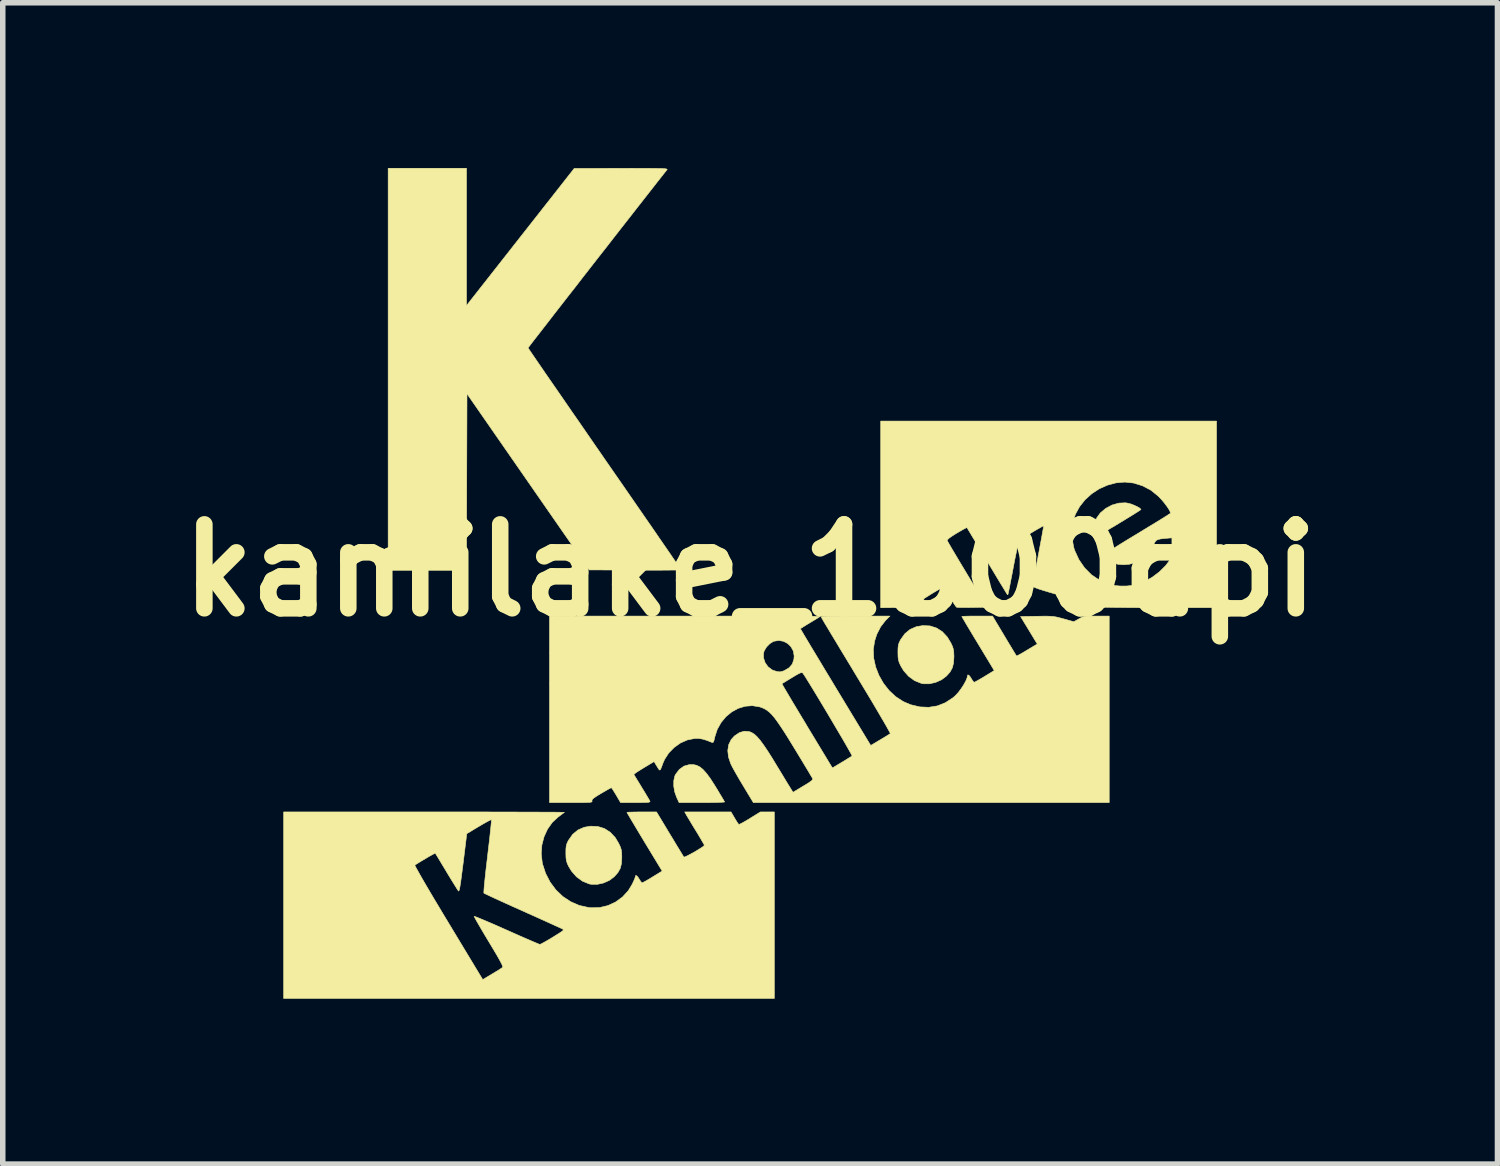
<source format=kicad_pcb>
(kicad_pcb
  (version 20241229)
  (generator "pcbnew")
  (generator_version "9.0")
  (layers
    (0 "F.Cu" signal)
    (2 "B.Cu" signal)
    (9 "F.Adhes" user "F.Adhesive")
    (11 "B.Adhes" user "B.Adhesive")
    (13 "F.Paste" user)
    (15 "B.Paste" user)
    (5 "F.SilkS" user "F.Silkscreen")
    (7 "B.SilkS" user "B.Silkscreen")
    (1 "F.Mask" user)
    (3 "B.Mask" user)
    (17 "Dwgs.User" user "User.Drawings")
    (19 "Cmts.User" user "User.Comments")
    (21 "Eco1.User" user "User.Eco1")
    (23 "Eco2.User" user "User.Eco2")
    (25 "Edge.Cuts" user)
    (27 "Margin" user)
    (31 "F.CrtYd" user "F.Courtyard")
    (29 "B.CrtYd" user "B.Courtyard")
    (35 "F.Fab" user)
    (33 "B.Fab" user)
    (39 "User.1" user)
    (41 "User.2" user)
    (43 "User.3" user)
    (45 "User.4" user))
  (footprint "kamilake_1500dpi"
    (layer "F.Cu")
    (at 10.566 7.303)
    (property "Reference" "kamilake_1500dpi" (at 0 0 0) (layer "F.SilkS") (effects (font (size 1.524 1.524) (thickness 0.3))))
    (attr through_hole)
    (fp_poly (pts (xy 4.86 0.642) (xy 4.888 0.65) (xy 4.97 0.675) (xy 4.891 0.676) (xy 4.841 0.673) (xy 4.807 0.665) (xy 4.8 0.659) (xy 4.794 0.638) (xy 4.813 0.633) (xy 4.86 0.642)) (stroke (width 0.01) (type solid)) (fill yes) (layer "F.SilkS"))
    (fp_poly (pts (xy -1.029 3.526) (xy -0.969 3.54) (xy -0.911 3.569) (xy -0.853 3.617) (xy -0.791 3.686) (xy -0.722 3.779) (xy -0.645 3.899) (xy -0.581 4.003) (xy -0.539 4.074) (xy -0.502 4.135) (xy -0.476 4.18) (xy -0.463 4.203) (xy -0.462 4.204) (xy -0.476 4.207) (xy -0.52 4.21) (xy -0.588 4.213) (xy -0.677 4.215) (xy -0.782 4.216) (xy -0.872 4.216) (xy -1.289 4.216) (xy -1.334 4.119) (xy -1.369 4.02) (xy -1.386 3.916) (xy -1.385 3.817) (xy -1.366 3.732) (xy -1.351 3.702) (xy -1.283 3.613) (xy -1.2 3.554) (xy -1.104 3.527) (xy -1.093 3.526) (xy -1.029 3.526)) (stroke (width 0.01) (type solid)) (fill yes) (layer "F.SilkS"))
    (fp_poly (pts (xy 6.852 -1.22) (xy 6.908 -1.206) (xy 6.968 -1.183) (xy 7.025 -1.157) (xy 7.07 -1.131) (xy 7.093 -1.11) (xy 7.095 -1.104) (xy 7.081 -1.093) (xy 7.042 -1.067) (xy 6.983 -1.03) (xy 6.908 -0.983) (xy 6.821 -0.93) (xy 6.728 -0.873) (xy 6.632 -0.815) (xy 6.537 -0.759) (xy 6.449 -0.707) (xy 6.372 -0.662) (xy 6.31 -0.626) (xy 6.268 -0.603) (xy 6.25 -0.595) (xy 6.238 -0.598) (xy 6.233 -0.617) (xy 6.232 -0.659) (xy 6.236 -0.724) (xy 6.254 -0.85) (xy 6.294 -0.954) (xy 6.358 -1.042) (xy 6.451 -1.12) (xy 6.459 -1.126) (xy 6.572 -1.186) (xy 6.693 -1.22) (xy 6.812 -1.226) (xy 6.852 -1.22)) (stroke (width 0.01) (type solid)) (fill yes) (layer "F.SilkS"))
    (fp_poly (pts (xy -2.763 4.65) (xy -2.644 4.687) (xy -2.538 4.755) (xy -2.448 4.851) (xy -2.384 4.958) (xy -2.356 5.019) (xy -2.339 5.07) (xy -2.331 5.123) (xy -2.329 5.193) (xy -2.329 5.215) (xy -2.335 5.324) (xy -2.357 5.41) (xy -2.399 5.486) (xy -2.464 5.559) (xy -2.465 5.56) (xy -2.554 5.628) (xy -2.66 5.675) (xy -2.772 5.7) (xy -2.88 5.7) (xy -2.921 5.692) (xy -3.041 5.643) (xy -3.149 5.565) (xy -3.241 5.461) (xy -3.295 5.372) (xy -3.32 5.317) (xy -3.335 5.268) (xy -3.342 5.213) (xy -3.344 5.137) (xy -3.344 5.131) (xy -3.343 5.055) (xy -3.337 5.002) (xy -3.324 4.957) (xy -3.302 4.91) (xy -3.294 4.897) (xy -3.219 4.791) (xy -3.124 4.713) (xy -3.011 4.664) (xy -2.894 4.644) (xy -2.763 4.65)) (stroke (width 0.01) (type solid)) (fill yes) (layer "F.SilkS"))
    (fp_poly (pts (xy 3.266 1.009) (xy 3.385 1.047) (xy 3.49 1.114) (xy 3.58 1.211) (xy 3.644 1.317) (xy 3.673 1.379) (xy 3.689 1.429) (xy 3.697 1.482) (xy 3.7 1.552) (xy 3.7 1.574) (xy 3.693 1.683) (xy 3.671 1.77) (xy 3.63 1.845) (xy 3.565 1.918) (xy 3.563 1.92) (xy 3.474 1.987) (xy 3.368 2.034) (xy 3.256 2.059) (xy 3.148 2.059) (xy 3.107 2.051) (xy 2.987 2.003) (xy 2.879 1.925) (xy 2.787 1.821) (xy 2.733 1.731) (xy 2.708 1.676) (xy 2.693 1.628) (xy 2.686 1.572) (xy 2.684 1.496) (xy 2.684 1.49) (xy 2.685 1.415) (xy 2.691 1.361) (xy 2.704 1.317) (xy 2.726 1.27) (xy 2.734 1.256) (xy 2.81 1.15) (xy 2.904 1.073) (xy 3.017 1.023) (xy 3.135 1.003) (xy 3.266 1.009)) (stroke (width 0.01) (type solid)) (fill yes) (layer "F.SilkS"))
    (fp_poly (pts (xy -5.148 -4.806) (xy -3.192 -7.296) (xy -2.338 -7.297) (xy -2.147 -7.298) (xy -1.986 -7.297) (xy -1.854 -7.297) (xy -1.748 -7.296) (xy -1.665 -7.295) (xy -1.602 -7.294) (xy -1.558 -7.291) (xy -1.529 -7.288) (xy -1.513 -7.284) (xy -1.506 -7.279) (xy -1.507 -7.273) (xy -1.51 -7.269) (xy -1.528 -7.247) (xy -1.565 -7.201) (xy -1.618 -7.133) (xy -1.688 -7.045) (xy -1.771 -6.938) (xy -1.867 -6.816) (xy -1.974 -6.679) (xy -2.09 -6.531) (xy -2.214 -6.372) (xy -2.345 -6.205) (xy -2.48 -6.032) (xy -2.618 -5.854) (xy -2.759 -5.675) (xy -2.899 -5.495) (xy -3.038 -5.317) (xy -3.173 -5.142) (xy -3.305 -4.974) (xy -3.43 -4.813) (xy -3.548 -4.662) (xy -3.656 -4.522) (xy -3.754 -4.396) (xy -3.839 -4.286) (xy -3.911 -4.194) (xy -3.967 -4.121) (xy -4.006 -4.07) (xy -4.027 -4.042) (xy -4.03 -4.038) (xy -4.021 -4.023) (xy -3.993 -3.982) (xy -3.948 -3.916) (xy -3.887 -3.827) (xy -3.811 -3.716) (xy -3.722 -3.586) (xy -3.619 -3.437) (xy -3.504 -3.271) (xy -3.379 -3.09) (xy -3.245 -2.895) (xy -3.101 -2.688) (xy -2.951 -2.47) (xy -2.794 -2.243) (xy -2.642 -2.023) (xy -2.48 -1.789) (xy -2.323 -1.563) (xy -2.173 -1.346) (xy -2.03 -1.139) (xy -1.896 -0.945) (xy -1.771 -0.765) (xy -1.658 -0.6) (xy -1.556 -0.452) (xy -1.467 -0.323) (xy -1.392 -0.213) (xy -1.332 -0.126) (xy -1.288 -0.062) (xy -1.261 -0.022) (xy -1.253 -0.009) (xy -1.269 -0.007) (xy -1.316 -0.006) (xy -1.391 -0.005) (xy -1.49 -0.004) (xy -1.609 -0.003) (xy -1.746 -0.003) (xy -1.898 -0.003) (xy -2.061 -0.004) (xy -2.087 -0.004) (xy -2.92 -0.008) (xy -4.03 -1.607) (xy -5.139 -3.205) (xy -5.144 -1.603) (xy -5.148 0) (xy -6.57 0) (xy -6.57 -7.298) (xy -5.148 -7.298) (xy -5.148 -4.806)) (stroke (width 0.01) (type solid)) (fill yes) (layer "F.SilkS"))
    (fp_poly (pts (xy 8.467 0.677) (xy 7.391 0.677) (xy 7.204 0.677) (xy 7.027 0.677) (xy 6.863 0.676) (xy 6.715 0.674) (xy 6.587 0.673) (xy 6.48 0.671) (xy 6.397 0.669) (xy 6.342 0.667) (xy 6.317 0.664) (xy 6.316 0.664) (xy 6.3 0.656) (xy 6.256 0.641) (xy 6.186 0.618) (xy 6.094 0.59) (xy 5.984 0.557) (xy 5.859 0.521) (xy 5.724 0.482) (xy 5.724 0.482) (xy 5.563 0.436) (xy 5.432 0.398) (xy 5.329 0.367) (xy 5.25 0.342) (xy 5.194 0.322) (xy 5.157 0.306) (xy 5.137 0.295) (xy 5.131 0.285) (xy 5.134 0.262) (xy 5.143 0.21) (xy 5.156 0.134) (xy 5.174 0.036) (xy 5.195 -0.078) (xy 5.219 -0.203) (xy 5.232 -0.273) (xy 5.256 -0.402) (xy 5.278 -0.52) (xy 5.297 -0.623) (xy 5.303 -0.654) (xy 5.845 -0.654) (xy 5.854 -0.535) (xy 5.872 -0.427) (xy 5.89 -0.365) (xy 5.969 -0.194) (xy 6.072 -0.045) (xy 6.197 0.081) (xy 6.344 0.18) (xy 6.511 0.253) (xy 6.519 0.256) (xy 6.609 0.275) (xy 6.717 0.285) (xy 6.832 0.285) (xy 6.938 0.274) (xy 6.993 0.263) (xy 7.149 0.207) (xy 7.296 0.128) (xy 7.429 0.028) (xy 7.545 -0.087) (xy 7.639 -0.213) (xy 7.707 -0.348) (xy 7.747 -0.486) (xy 7.751 -0.515) (xy 7.761 -0.598) (xy 7.61 -0.586) (xy 7.516 -0.578) (xy 7.45 -0.57) (xy 7.405 -0.559) (xy 7.374 -0.544) (xy 7.353 -0.519) (xy 7.334 -0.484) (xy 7.321 -0.455) (xy 7.263 -0.358) (xy 7.182 -0.267) (xy 7.087 -0.19) (xy 6.988 -0.138) (xy 6.985 -0.137) (xy 6.887 -0.111) (xy 6.781 -0.102) (xy 6.68 -0.109) (xy 6.596 -0.133) (xy 6.596 -0.133) (xy 6.54 -0.163) (xy 6.487 -0.2) (xy 6.445 -0.237) (xy 6.421 -0.267) (xy 6.418 -0.277) (xy 6.432 -0.289) (xy 6.472 -0.317) (xy 6.536 -0.359) (xy 6.619 -0.412) (xy 6.719 -0.475) (xy 6.833 -0.545) (xy 6.958 -0.621) (xy 7.02 -0.658) (xy 7.149 -0.737) (xy 7.269 -0.81) (xy 7.378 -0.876) (xy 7.47 -0.933) (xy 7.545 -0.98) (xy 7.598 -1.014) (xy 7.627 -1.033) (xy 7.631 -1.036) (xy 7.627 -1.06) (xy 7.605 -1.103) (xy 7.568 -1.159) (xy 7.521 -1.222) (xy 7.467 -1.286) (xy 7.411 -1.345) (xy 7.41 -1.346) (xy 7.275 -1.455) (xy 7.123 -1.535) (xy 6.96 -1.585) (xy 6.801 -1.602) (xy 6.642 -1.588) (xy 6.486 -1.546) (xy 6.338 -1.48) (xy 6.201 -1.39) (xy 6.081 -1.282) (xy 5.981 -1.156) (xy 5.905 -1.017) (xy 5.858 -0.869) (xy 5.846 -0.769) (xy 5.845 -0.654) (xy 5.303 -0.654) (xy 5.312 -0.707) (xy 5.323 -0.768) (xy 5.328 -0.802) (xy 5.328 -0.807) (xy 5.313 -0.801) (xy 5.275 -0.78) (xy 5.22 -0.749) (xy 5.155 -0.711) (xy 5.086 -0.669) (xy 5.019 -0.627) (xy 4.959 -0.59) (xy 4.913 -0.56) (xy 4.888 -0.541) (xy 4.885 -0.539) (xy 4.877 -0.517) (xy 4.863 -0.466) (xy 4.846 -0.391) (xy 4.826 -0.296) (xy 4.803 -0.185) (xy 4.78 -0.063) (xy 4.776 -0.042) (xy 4.753 0.08) (xy 4.731 0.191) (xy 4.713 0.287) (xy 4.698 0.362) (xy 4.687 0.414) (xy 4.681 0.438) (xy 4.68 0.439) (xy 4.679 0.442) (xy 4.677 0.444) (xy 4.675 0.443) (xy 4.669 0.436) (xy 4.658 0.421) (xy 4.642 0.395) (xy 4.618 0.356) (xy 4.585 0.301) (xy 4.54 0.228) (xy 4.484 0.135) (xy 4.414 0.018) (xy 4.328 -0.125) (xy 4.301 -0.169) (xy 4.224 -0.299) (xy 4.152 -0.418) (xy 4.087 -0.526) (xy 4.031 -0.618) (xy 3.987 -0.692) (xy 3.955 -0.745) (xy 3.938 -0.773) (xy 3.936 -0.776) (xy 3.92 -0.77) (xy 3.882 -0.75) (xy 3.825 -0.718) (xy 3.757 -0.678) (xy 3.751 -0.675) (xy 3.665 -0.621) (xy 3.609 -0.581) (xy 3.581 -0.553) (xy 3.578 -0.542) (xy 3.588 -0.522) (xy 3.614 -0.477) (xy 3.653 -0.409) (xy 3.705 -0.322) (xy 3.766 -0.219) (xy 3.836 -0.102) (xy 3.912 0.024) (xy 3.943 0.076) (xy 4.302 0.669) (xy 4.036 0.674) (xy 3.943 0.675) (xy 3.862 0.675) (xy 3.799 0.674) (xy 3.759 0.672) (xy 3.75 0.671) (xy 3.734 0.654) (xy 3.706 0.614) (xy 3.669 0.556) (xy 3.626 0.487) (xy 3.625 0.484) (xy 3.583 0.416) (xy 3.548 0.359) (xy 3.522 0.32) (xy 3.509 0.305) (xy 3.509 0.305) (xy 3.49 0.313) (xy 3.45 0.335) (xy 3.396 0.366) (xy 3.334 0.402) (xy 3.272 0.44) (xy 3.217 0.475) (xy 3.174 0.502) (xy 3.151 0.519) (xy 3.15 0.521) (xy 3.157 0.54) (xy 3.177 0.577) (xy 3.19 0.6) (xy 3.231 0.669) (xy 2.801 0.674) (xy 2.371 0.679) (xy 2.371 -2.709) (xy 8.467 -2.709) (xy 8.467 0.677)) (stroke (width 0.01) (type solid)) (fill yes) (layer "F.SilkS"))
    (fp_poly (pts (xy -5.624 4.386) (xy -5.343 4.386) (xy -5.073 4.386) (xy -4.816 4.386) (xy -4.574 4.387) (xy -4.348 4.387) (xy -4.142 4.388) (xy -3.955 4.388) (xy -3.792 4.389) (xy -3.652 4.389) (xy -3.538 4.39) (xy -3.453 4.391) (xy -3.397 4.392) (xy -3.372 4.392) (xy -3.371 4.393) (xy -3.387 4.405) (xy -3.423 4.432) (xy -3.472 4.469) (xy -3.481 4.475) (xy -3.59 4.575) (xy -3.677 4.698) (xy -3.741 4.838) (xy -3.78 4.989) (xy -3.791 5.146) (xy -3.773 5.305) (xy -3.769 5.326) (xy -3.712 5.501) (xy -3.629 5.661) (xy -3.524 5.802) (xy -3.399 5.921) (xy -3.257 6.015) (xy -3.101 6.083) (xy -2.934 6.12) (xy -2.886 6.125) (xy -2.729 6.121) (xy -2.579 6.085) (xy -2.44 6.02) (xy -2.315 5.929) (xy -2.211 5.815) (xy -2.143 5.703) (xy -2.114 5.643) (xy -2.093 5.594) (xy -2.083 5.563) (xy -2.083 5.56) (xy -2.076 5.538) (xy -2.057 5.545) (xy -2.03 5.577) (xy -2.013 5.605) (xy -1.987 5.645) (xy -1.966 5.67) (xy -1.96 5.673) (xy -1.941 5.664) (xy -1.899 5.642) (xy -1.84 5.608) (xy -1.772 5.567) (xy -1.771 5.566) (xy -1.596 5.459) (xy -1.916 4.931) (xy -1.989 4.81) (xy -2.056 4.698) (xy -2.115 4.599) (xy -2.165 4.516) (xy -2.202 4.452) (xy -2.227 4.41) (xy -2.235 4.394) (xy -2.235 4.394) (xy -2.219 4.391) (xy -2.175 4.389) (xy -2.108 4.387) (xy -2.025 4.386) (xy -1.967 4.386) (xy -1.698 4.386) (xy -1.456 4.788) (xy -1.392 4.893) (xy -1.334 4.99) (xy -1.283 5.073) (xy -1.243 5.139) (xy -1.215 5.184) (xy -1.202 5.204) (xy -1.201 5.205) (xy -1.183 5.201) (xy -1.144 5.184) (xy -1.09 5.156) (xy -1.027 5.122) (xy -0.964 5.085) (xy -0.906 5.049) (xy -0.86 5.019) (xy -0.834 4.997) (xy -0.83 4.991) (xy -0.838 4.973) (xy -0.862 4.932) (xy -0.897 4.871) (xy -0.942 4.795) (xy -0.988 4.72) (xy -1.041 4.634) (xy -1.088 4.555) (xy -1.127 4.49) (xy -1.155 4.444) (xy -1.166 4.423) (xy -1.187 4.386) (xy -0.346 4.386) (xy -0.281 4.496) (xy -0.249 4.55) (xy -0.222 4.591) (xy -0.206 4.612) (xy -0.205 4.613) (xy -0.187 4.607) (xy -0.146 4.587) (xy -0.088 4.554) (xy -0.018 4.513) (xy -0.003 4.503) (xy 0.187 4.386) (xy 0.44 4.386) (xy 0.44 7.772) (xy -8.467 7.772) (xy -8.467 5.352) (xy -6.085 5.352) (xy -6.079 5.368) (xy -6.057 5.411) (xy -6.019 5.478) (xy -5.969 5.567) (xy -5.906 5.676) (xy -5.832 5.802) (xy -5.749 5.943) (xy -5.657 6.096) (xy -5.559 6.26) (xy -5.476 6.397) (xy -4.853 7.429) (xy -4.683 7.327) (xy -4.614 7.285) (xy -4.554 7.249) (xy -4.512 7.221) (xy -4.492 7.207) (xy -4.491 7.194) (xy -4.499 7.167) (xy -4.52 7.124) (xy -4.554 7.061) (xy -4.602 6.977) (xy -4.666 6.869) (xy -4.743 6.741) (xy -4.81 6.63) (xy -4.87 6.528) (xy -4.922 6.439) (xy -4.964 6.367) (xy -4.993 6.314) (xy -5.007 6.285) (xy -5.009 6.281) (xy -4.993 6.285) (xy -4.949 6.301) (xy -4.882 6.329) (xy -4.794 6.366) (xy -4.688 6.411) (xy -4.569 6.463) (xy -4.439 6.521) (xy -4.42 6.529) (xy -4.288 6.588) (xy -4.166 6.642) (xy -4.056 6.69) (xy -3.963 6.73) (xy -3.89 6.761) (xy -3.84 6.782) (xy -3.817 6.79) (xy -3.816 6.79) (xy -3.795 6.782) (xy -3.751 6.759) (xy -3.689 6.724) (xy -3.616 6.681) (xy -3.582 6.66) (xy -3.5 6.609) (xy -3.443 6.573) (xy -3.408 6.549) (xy -3.392 6.532) (xy -3.392 6.521) (xy -3.402 6.512) (xy -3.407 6.509) (xy -3.43 6.498) (xy -3.481 6.475) (xy -3.556 6.441) (xy -3.652 6.397) (xy -3.765 6.346) (xy -3.893 6.288) (xy -4.032 6.226) (xy -4.132 6.181) (xy -4.275 6.117) (xy -4.408 6.057) (xy -4.529 6.002) (xy -4.634 5.954) (xy -4.72 5.914) (xy -4.783 5.884) (xy -4.822 5.865) (xy -4.832 5.86) (xy -4.833 5.841) (xy -4.83 5.791) (xy -4.824 5.716) (xy -4.814 5.618) (xy -4.802 5.501) (xy -4.787 5.37) (xy -4.77 5.227) (xy -4.766 5.191) (xy -4.749 5.046) (xy -4.733 4.912) (xy -4.72 4.792) (xy -4.709 4.69) (xy -4.701 4.61) (xy -4.696 4.555) (xy -4.695 4.529) (xy -4.696 4.527) (xy -4.713 4.532) (xy -4.753 4.552) (xy -4.812 4.584) (xy -4.884 4.626) (xy -4.924 4.649) (xy -5.143 4.781) (xy -5.208 5.311) (xy -5.228 5.465) (xy -5.244 5.588) (xy -5.257 5.681) (xy -5.268 5.749) (xy -5.277 5.794) (xy -5.285 5.817) (xy -5.292 5.822) (xy -5.293 5.821) (xy -5.308 5.801) (xy -5.336 5.756) (xy -5.377 5.691) (xy -5.427 5.61) (xy -5.483 5.518) (xy -5.512 5.469) (xy -5.569 5.375) (xy -5.62 5.29) (xy -5.662 5.22) (xy -5.694 5.168) (xy -5.712 5.139) (xy -5.715 5.134) (xy -5.73 5.141) (xy -5.767 5.161) (xy -5.82 5.19) (xy -5.881 5.226) (xy -5.945 5.264) (xy -6.003 5.299) (xy -6.051 5.329) (xy -6.081 5.348) (xy -6.085 5.352) (xy -8.467 5.352) (xy -8.467 4.386) (xy -5.915 4.386) (xy -5.624 4.386)) (stroke (width 0.01) (type solid)) (fill yes) (layer "F.SilkS"))
    (fp_poly (pts (xy -0.9 0.83) (xy -0.624 0.83) (xy -0.359 0.83) (xy -0.107 0.83) (xy 0.129 0.831) (xy 0.349 0.831) (xy 0.55 0.832) (xy 0.73 0.832) (xy 0.887 0.833) (xy 1.02 0.833) (xy 1.127 0.834) (xy 1.205 0.835) (xy 1.254 0.836) (xy 1.27 0.836) (xy 1.256 0.847) (xy 1.219 0.871) (xy 1.164 0.905) (xy 1.096 0.946) (xy 1.092 0.948) (xy 1.024 0.989) (xy 0.968 1.024) (xy 0.929 1.049) (xy 0.914 1.061) (xy 0.914 1.062) (xy 0.923 1.077) (xy 0.948 1.119) (xy 0.987 1.186) (xy 1.04 1.274) (xy 1.105 1.383) (xy 1.181 1.509) (xy 1.266 1.65) (xy 1.358 1.804) (xy 1.458 1.968) (xy 1.552 2.125) (xy 2.19 3.179) (xy 2.361 3.077) (xy 2.429 3.036) (xy 2.487 3.001) (xy 2.528 2.975) (xy 2.545 2.963) (xy 2.539 2.947) (xy 2.516 2.905) (xy 2.479 2.838) (xy 2.428 2.749) (xy 2.364 2.64) (xy 2.29 2.514) (xy 2.207 2.373) (xy 2.115 2.22) (xy 2.016 2.056) (xy 1.929 1.912) (xy 1.826 1.74) (xy 1.727 1.577) (xy 1.635 1.425) (xy 1.551 1.285) (xy 1.476 1.161) (xy 1.412 1.054) (xy 1.36 0.968) (xy 1.322 0.903) (xy 1.299 0.863) (xy 1.292 0.851) (xy 1.296 0.845) (xy 1.316 0.841) (xy 1.353 0.837) (xy 1.412 0.834) (xy 1.493 0.832) (xy 1.601 0.831) (xy 1.737 0.83) (xy 1.904 0.83) (xy 2.538 0.83) (xy 2.458 0.911) (xy 2.371 1.023) (xy 2.301 1.159) (xy 2.261 1.281) (xy 2.237 1.436) (xy 2.244 1.595) (xy 2.279 1.754) (xy 2.339 1.907) (xy 2.421 2.051) (xy 2.524 2.182) (xy 2.645 2.294) (xy 2.782 2.383) (xy 2.913 2.439) (xy 3.081 2.479) (xy 3.243 2.486) (xy 3.399 2.461) (xy 3.545 2.403) (xy 3.681 2.314) (xy 3.726 2.275) (xy 3.777 2.22) (xy 3.829 2.152) (xy 3.876 2.08) (xy 3.915 2.01) (xy 3.939 1.951) (xy 3.945 1.92) (xy 3.952 1.898) (xy 3.971 1.904) (xy 3.998 1.936) (xy 4.015 1.964) (xy 4.041 2.005) (xy 4.062 2.029) (xy 4.068 2.032) (xy 4.087 2.024) (xy 4.129 2.001) (xy 4.188 1.967) (xy 4.257 1.926) (xy 4.258 1.925) (xy 4.432 1.819) (xy 4.138 1.332) (xy 4.068 1.217) (xy 4.004 1.11) (xy 3.948 1.017) (xy 3.902 0.939) (xy 3.868 0.881) (xy 3.848 0.847) (xy 3.844 0.838) (xy 3.86 0.835) (xy 3.904 0.833) (xy 3.971 0.831) (xy 4.055 0.83) (xy 4.122 0.83) (xy 4.401 0.83) (xy 4.616 1.19) (xy 4.675 1.289) (xy 4.729 1.378) (xy 4.774 1.453) (xy 4.809 1.51) (xy 4.83 1.546) (xy 4.836 1.555) (xy 4.851 1.549) (xy 4.89 1.529) (xy 4.947 1.497) (xy 5.015 1.456) (xy 5.027 1.449) (xy 5.213 1.337) (xy 4.91 0.838) (xy 5.209 0.834) (xy 5.317 0.832) (xy 5.4 0.832) (xy 5.465 0.835) (xy 5.518 0.84) (xy 5.569 0.849) (xy 5.625 0.863) (xy 5.692 0.881) (xy 5.876 0.933) (xy 5.967 0.882) (xy 6.005 0.861) (xy 6.037 0.846) (xy 6.071 0.837) (xy 6.116 0.832) (xy 6.177 0.83) (xy 6.263 0.83) (xy 6.289 0.83) (xy 6.519 0.83) (xy 6.519 4.216) (xy 3.289 4.216) (xy 0.059 4.216) (xy -0.122 3.916) (xy -0.181 3.818) (xy -0.236 3.723) (xy -0.285 3.637) (xy -0.324 3.566) (xy -0.348 3.517) (xy -0.35 3.514) (xy -0.392 3.39) (xy -0.405 3.273) (xy -0.389 3.166) (xy -0.343 3.072) (xy -0.283 3.006) (xy -0.194 2.946) (xy -0.104 2.92) (xy -0.014 2.928) (xy -0.009 2.929) (xy 0.035 2.948) (xy 0.081 2.978) (xy 0.13 3.024) (xy 0.184 3.087) (xy 0.245 3.17) (xy 0.317 3.276) (xy 0.4 3.407) (xy 0.465 3.514) (xy 0.53 3.621) (xy 0.591 3.721) (xy 0.645 3.811) (xy 0.69 3.885) (xy 0.723 3.938) (xy 0.74 3.966) (xy 0.779 4.029) (xy 0.965 3.917) (xy 1.043 3.87) (xy 1.095 3.835) (xy 1.125 3.811) (xy 1.137 3.793) (xy 1.135 3.778) (xy 1.123 3.758) (xy 1.095 3.712) (xy 1.055 3.644) (xy 1.003 3.558) (xy 0.943 3.458) (xy 0.876 3.348) (xy 0.835 3.28) (xy 0.731 3.11) (xy 0.643 2.968) (xy 0.566 2.85) (xy 0.5 2.753) (xy 0.443 2.676) (xy 0.391 2.615) (xy 0.343 2.569) (xy 0.297 2.534) (xy 0.251 2.508) (xy 0.203 2.488) (xy 0.171 2.478) (xy 0.041 2.457) (xy -0.089 2.467) (xy -0.214 2.505) (xy -0.332 2.569) (xy -0.437 2.655) (xy -0.526 2.762) (xy -0.596 2.887) (xy -0.641 3.026) (xy -0.643 3.037) (xy -0.656 3.092) (xy -0.668 3.12) (xy -0.683 3.126) (xy -0.691 3.124) (xy -0.788 3.086) (xy -0.864 3.063) (xy -0.93 3.052) (xy -0.995 3.052) (xy -1.01 3.053) (xy -1.139 3.079) (xy -1.264 3.134) (xy -1.378 3.215) (xy -1.476 3.315) (xy -1.551 3.43) (xy -1.581 3.498) (xy -1.607 3.569) (xy -1.624 3.611) (xy -1.638 3.626) (xy -1.652 3.618) (xy -1.672 3.588) (xy -1.69 3.559) (xy -1.743 3.472) (xy -1.93 3.584) (xy -1.999 3.627) (xy -2.056 3.663) (xy -2.094 3.691) (xy -2.11 3.705) (xy -2.11 3.706) (xy -2.099 3.724) (xy -2.074 3.765) (xy -2.038 3.824) (xy -1.993 3.897) (xy -1.965 3.944) (xy -1.916 4.023) (xy -1.874 4.094) (xy -1.841 4.149) (xy -1.821 4.185) (xy -1.817 4.194) (xy -1.819 4.202) (xy -1.837 4.209) (xy -1.875 4.213) (xy -1.936 4.215) (xy -2.025 4.216) (xy -2.079 4.216) (xy -2.351 4.216) (xy -2.43 4.081) (xy -2.466 4.022) (xy -2.495 3.976) (xy -2.515 3.949) (xy -2.519 3.945) (xy -2.537 3.954) (xy -2.578 3.976) (xy -2.635 4.009) (xy -2.704 4.049) (xy -2.704 4.049) (xy -2.78 4.095) (xy -2.83 4.129) (xy -2.859 4.153) (xy -2.87 4.172) (xy -2.87 4.185) (xy -2.868 4.195) (xy -2.872 4.202) (xy -2.887 4.208) (xy -2.916 4.212) (xy -2.964 4.214) (xy -3.033 4.216) (xy -3.129 4.216) (xy -3.25 4.216) (xy -3.641 4.216) (xy -3.641 2.058) (xy 0.579 2.058) (xy 0.586 2.073) (xy 0.609 2.115) (xy 0.647 2.179) (xy 0.698 2.265) (xy 0.759 2.369) (xy 0.831 2.488) (xy 0.91 2.62) (xy 0.996 2.762) (xy 1.033 2.825) (xy 1.494 3.587) (xy 1.666 3.484) (xy 1.734 3.443) (xy 1.792 3.407) (xy 1.833 3.382) (xy 1.851 3.37) (xy 1.845 3.354) (xy 1.823 3.312) (xy 1.787 3.249) (xy 1.74 3.166) (xy 1.683 3.067) (xy 1.618 2.957) (xy 1.547 2.837) (xy 1.473 2.711) (xy 1.397 2.583) (xy 1.321 2.456) (xy 1.247 2.333) (xy 1.177 2.217) (xy 1.113 2.112) (xy 1.057 2.021) (xy 1.012 1.948) (xy 0.978 1.896) (xy 0.958 1.867) (xy 0.956 1.865) (xy 0.942 1.857) (xy 0.921 1.859) (xy 0.886 1.874) (xy 0.833 1.903) (xy 0.759 1.948) (xy 0.691 1.989) (xy 0.635 2.024) (xy 0.595 2.048) (xy 0.579 2.058) (xy 0.579 2.058) (xy -3.641 2.058) (xy -3.641 1.589) (xy 0.244 1.589) (xy 0.272 1.675) (xy 0.324 1.749) (xy 0.396 1.805) (xy 0.432 1.82) (xy 0.495 1.839) (xy 0.544 1.843) (xy 0.594 1.831) (xy 0.622 1.82) (xy 0.708 1.769) (xy 0.766 1.702) (xy 0.795 1.616) (xy 0.8 1.554) (xy 0.785 1.465) (xy 0.743 1.388) (xy 0.682 1.328) (xy 0.606 1.288) (xy 0.521 1.273) (xy 0.434 1.287) (xy 0.418 1.293) (xy 0.357 1.332) (xy 0.3 1.39) (xy 0.259 1.456) (xy 0.244 1.5) (xy 0.244 1.589) (xy -3.641 1.589) (xy -3.641 0.83) (xy -1.185 0.83) (xy -0.9 0.83)) (stroke (width 0.01) (type solid)) (fill yes) (layer "F.SilkS")))
  (gr_rect
    (start -3 -3)
    (end 24.133 18.081)
    (stroke (width 0.1) (type default))
    (fill no)
    (layer "Edge.Cuts")))
</source>
